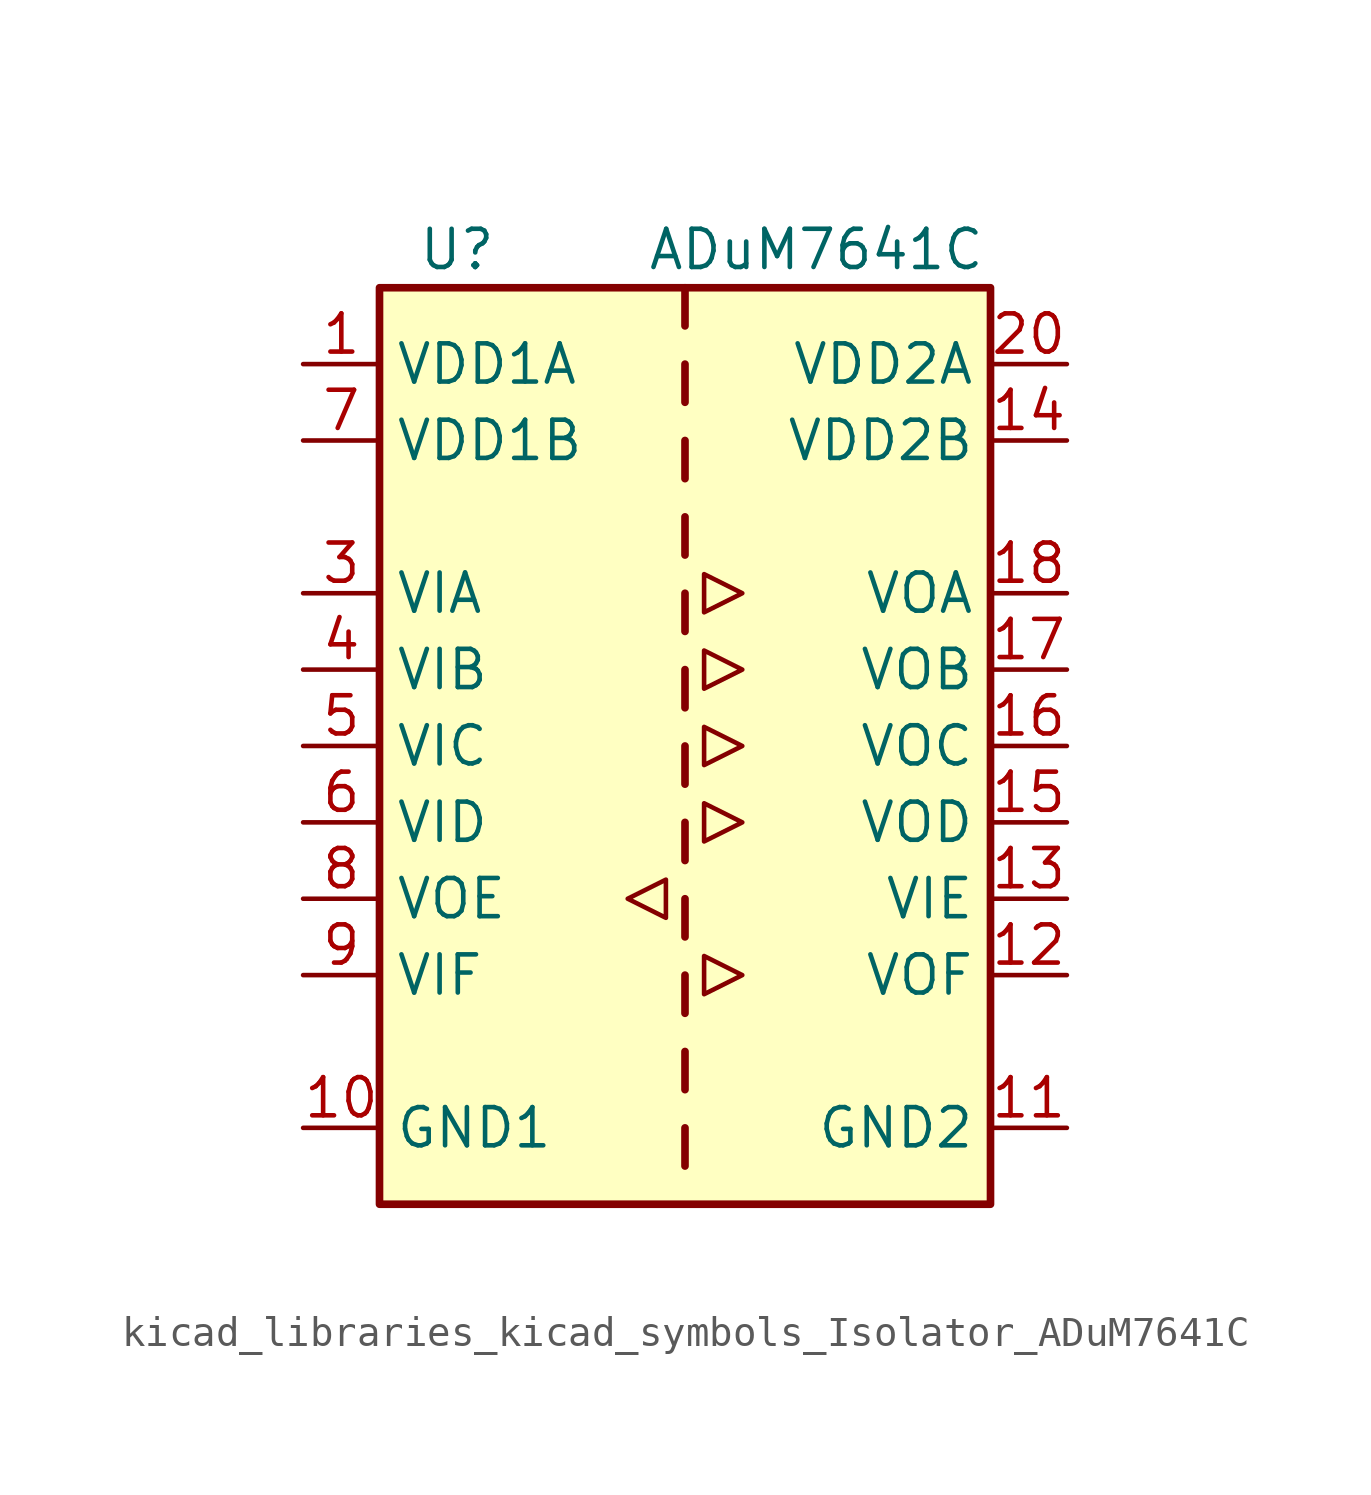
<source format=kicad_sym>
(kicad_symbol_lib
  (version 20220914)
  (generator kicad_symbol_editor)
  (symbol "kicad_libraries_kicad_symbols_Isolator_ADuM7641C"
    (property "Reference" "U"
      (at -8.89 16.51 0)
      (effects (font (size 1.27 1.27)) (justify left)))
    (property "Value" "ADuM7641C"
      (at -1.27 16.51 0)
      (effects (font (size 1.27 1.27)) (justify left)))
    (symbol "kicad_libraries_kicad_symbols_Isolator_ADuM7641C_0_1"
      (polyline (pts (xy -1.905 -5.08) (xy -0.635 -4.445) (xy -0.635 -5.715) (xy -1.905 -5.08)) (stroke (width 0) (type default)) (fill (type none)))
      (polyline (pts (xy 0.635 -6.985) (xy 0.635 -8.255) (xy 1.905 -7.62) (xy 0.635 -6.985)) (stroke (width 0) (type default)) (fill (type none)))
      (polyline (pts (xy 0.635 3.175) (xy 0.635 1.905) (xy 1.905 2.54) (xy 0.635 3.175)) (stroke (width 0) (type default)) (fill (type none)))
      (polyline (pts (xy 0.635 5.715) (xy 0.635 4.445) (xy 1.905 5.08) (xy 0.635 5.715)) (stroke (width 0) (type default)) (fill (type none)))
      (polyline (pts (xy 1.905 -2.54) (xy 0.635 -1.905) (xy 0.635 -3.175) (xy 1.905 -2.54)) (stroke (width 0) (type default)) (fill (type none)))
      (polyline (pts (xy 1.905 0) (xy 0.635 -0.635) (xy 0.635 0.635) (xy 1.905 0)) (stroke (width 0) (type default)) (fill (type none))))
    (symbol "kicad_libraries_kicad_symbols_Isolator_ADuM7641C_1_1"
      (rectangle (start -10.16 15.24) (end 10.16 -15.24) (stroke (width 0.254) (type default)) (fill (type background)))
      (polyline (pts (xy 0 -12.7) (xy 0 -13.97)) (stroke (width 0.254) (type default)) (fill (type none)))
      (polyline (pts (xy 0 -10.16) (xy 0 -11.43)) (stroke (width 0.254) (type default)) (fill (type none)))
      (polyline (pts (xy 0 -7.62) (xy 0 -8.89)) (stroke (width 0.254) (type default)) (fill (type none)))
      (polyline (pts (xy 0 -5.08) (xy 0 -6.35)) (stroke (width 0.254) (type default)) (fill (type none)))
      (polyline (pts (xy 0 -2.54) (xy 0 -3.81)) (stroke (width 0.254) (type default)) (fill (type none)))
      (polyline (pts (xy 0 0) (xy 0 -1.27)) (stroke (width 0.254) (type default)) (fill (type none)))
      (polyline (pts (xy 0 2.54) (xy 0 1.27)) (stroke (width 0.254) (type default)) (fill (type none)))
      (polyline (pts (xy 0 5.08) (xy 0 3.81)) (stroke (width 0.254) (type default)) (fill (type none)))
      (polyline (pts (xy 0 7.62) (xy 0 6.35)) (stroke (width 0.254) (type default)) (fill (type none)))
      (polyline (pts (xy 0 10.16) (xy 0 8.89)) (stroke (width 0.254) (type default)) (fill (type none)))
      (polyline (pts (xy 0 12.7) (xy 0 11.43)) (stroke (width 0.254) (type default)) (fill (type none)))
      (polyline (pts (xy 0 15.24) (xy 0 13.97)) (stroke (width 0.254) (type default)) (fill (type none)))
      (pin power_in line (at -12.7 12.7 0) (length 2.54) (name "VDD1A" (effects (font (size 1.27 1.27)))) (number "1" (effects (font (size 1.27 1.27)))))
      (pin power_in line (at -12.7 -12.7 0) (length 2.54) (name "GND1" (effects (font (size 1.27 1.27)))) (number "10" (effects (font (size 1.27 1.27)))))
      (pin power_in line (at 12.7 -12.7 180) (length 2.54) (name "GND2" (effects (font (size 1.27 1.27)))) (number "11" (effects (font (size 1.27 1.27)))))
      (pin output line (at 12.7 -7.62 180) (length 2.54) (name "VOF" (effects (font (size 1.27 1.27)))) (number "12" (effects (font (size 1.27 1.27)))))
      (pin input line (at 12.7 -5.08 180) (length 2.54) (name "VIE" (effects (font (size 1.27 1.27)))) (number "13" (effects (font (size 1.27 1.27)))))
      (pin power_in line (at 12.7 10.16 180) (length 2.54) (name "VDD2B" (effects (font (size 1.27 1.27)))) (number "14" (effects (font (size 1.27 1.27)))))
      (pin output line (at 12.7 -2.54 180) (length 2.54) (name "VOD" (effects (font (size 1.27 1.27)))) (number "15" (effects (font (size 1.27 1.27)))))
      (pin output line (at 12.7 0 180) (length 2.54) (name "VOC" (effects (font (size 1.27 1.27)))) (number "16" (effects (font (size 1.27 1.27)))))
      (pin output line (at 12.7 2.54 180) (length 2.54) (name "VOB" (effects (font (size 1.27 1.27)))) (number "17" (effects (font (size 1.27 1.27)))))
      (pin output line (at 12.7 5.08 180) (length 2.54) (name "VOA" (effects (font (size 1.27 1.27)))) (number "18" (effects (font (size 1.27 1.27)))))
      (pin passive line (at 12.7 -12.7 180) (length 2.54) hide (name "GND2" (effects (font (size 1.27 1.27)))) (number "19" (effects (font (size 1.27 1.27)))))
      (pin passive line (at -12.7 -12.7 0) (length 2.54) hide (name "GND1" (effects (font (size 1.27 1.27)))) (number "2" (effects (font (size 1.27 1.27)))))
      (pin power_in line (at 12.7 12.7 180) (length 2.54) (name "VDD2A" (effects (font (size 1.27 1.27)))) (number "20" (effects (font (size 1.27 1.27)))))
      (pin input line (at -12.7 5.08 0) (length 2.54) (name "VIA" (effects (font (size 1.27 1.27)))) (number "3" (effects (font (size 1.27 1.27)))))
      (pin input line (at -12.7 2.54 0) (length 2.54) (name "VIB" (effects (font (size 1.27 1.27)))) (number "4" (effects (font (size 1.27 1.27)))))
      (pin input line (at -12.7 0 0) (length 2.54) (name "VIC" (effects (font (size 1.27 1.27)))) (number "5" (effects (font (size 1.27 1.27)))))
      (pin input line (at -12.7 -2.54 0) (length 2.54) (name "VID" (effects (font (size 1.27 1.27)))) (number "6" (effects (font (size 1.27 1.27)))))
      (pin power_in line (at -12.7 10.16 0) (length 2.54) (name "VDD1B" (effects (font (size 1.27 1.27)))) (number "7" (effects (font (size 1.27 1.27)))))
      (pin output line (at -12.7 -5.08 0) (length 2.54) (name "VOE" (effects (font (size 1.27 1.27)))) (number "8" (effects (font (size 1.27 1.27)))))
      (pin input line (at -12.7 -7.62 0) (length 2.54) (name "VIF" (effects (font (size 1.27 1.27)))) (number "9" (effects (font (size 1.27 1.27))))))))
</source>
